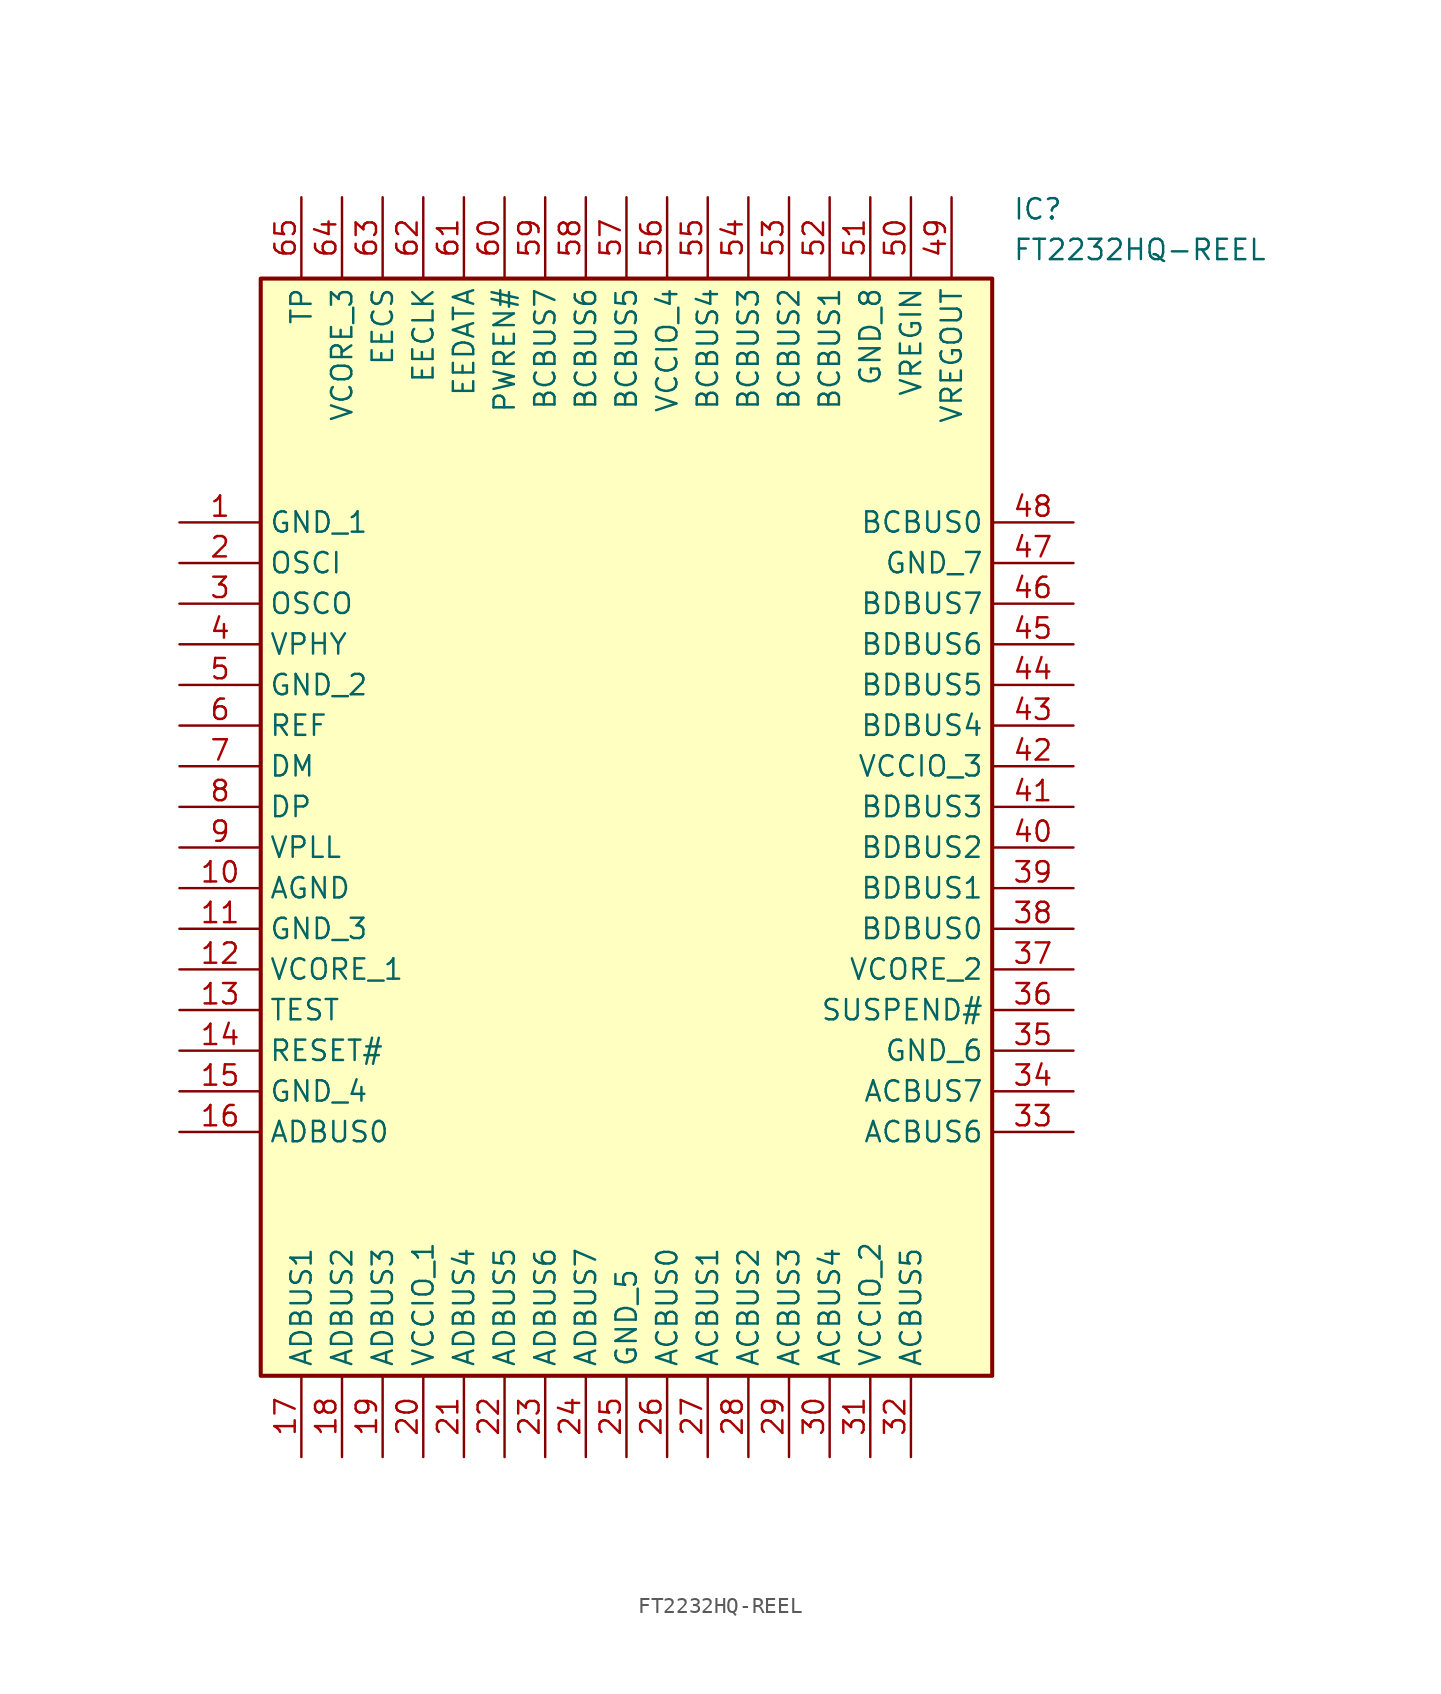
<source format=kicad_sym>
(kicad_symbol_lib
  (version 20211014)
  (generator SamacSys_ECAD_Model)
  (symbol "FT2232HQ-REEL"
    (property "Reference" "IC"
      (at 52.07 20.32 0)
      (effects (font (size 1.27 1.27)) (justify left top)))
    (property "Value" "FT2232HQ-REEL"
      (at 52.07 17.78 0)
      (effects (font (size 1.27 1.27)) (justify left top)))
    (rectangle
      (start 5.08 15.24)
      (end 50.8 -53.34)
      (stroke (width 0.254) (type default))
      (fill (type background)))
    (pin passive line
      (at 0 0 0)
      (length 5.08)
      (name "GND_1" (effects (font (size 1.27 1.27))))
      (number "1" (effects (font (size 1.27 1.27)))))
    (pin passive line
      (at 0 -2.54 0)
      (length 5.08)
      (name "OSCI" (effects (font (size 1.27 1.27))))
      (number "2" (effects (font (size 1.27 1.27)))))
    (pin passive line
      (at 0 -5.08 0)
      (length 5.08)
      (name "OSCO" (effects (font (size 1.27 1.27))))
      (number "3" (effects (font (size 1.27 1.27)))))
    (pin passive line
      (at 0 -7.62 0)
      (length 5.08)
      (name "VPHY" (effects (font (size 1.27 1.27))))
      (number "4" (effects (font (size 1.27 1.27)))))
    (pin passive line
      (at 0 -10.16 0)
      (length 5.08)
      (name "GND_2" (effects (font (size 1.27 1.27))))
      (number "5" (effects (font (size 1.27 1.27)))))
    (pin passive line
      (at 0 -12.7 0)
      (length 5.08)
      (name "REF" (effects (font (size 1.27 1.27))))
      (number "6" (effects (font (size 1.27 1.27)))))
    (pin passive line
      (at 0 -15.24 0)
      (length 5.08)
      (name "DM" (effects (font (size 1.27 1.27))))
      (number "7" (effects (font (size 1.27 1.27)))))
    (pin passive line
      (at 0 -17.78 0)
      (length 5.08)
      (name "DP" (effects (font (size 1.27 1.27))))
      (number "8" (effects (font (size 1.27 1.27)))))
    (pin passive line
      (at 0 -20.32 0)
      (length 5.08)
      (name "VPLL" (effects (font (size 1.27 1.27))))
      (number "9" (effects (font (size 1.27 1.27)))))
    (pin passive line
      (at 0 -22.86 0)
      (length 5.08)
      (name "AGND" (effects (font (size 1.27 1.27))))
      (number "10" (effects (font (size 1.27 1.27)))))
    (pin passive line
      (at 0 -25.4 0)
      (length 5.08)
      (name "GND_3" (effects (font (size 1.27 1.27))))
      (number "11" (effects (font (size 1.27 1.27)))))
    (pin passive line
      (at 0 -27.94 0)
      (length 5.08)
      (name "VCORE_1" (effects (font (size 1.27 1.27))))
      (number "12" (effects (font (size 1.27 1.27)))))
    (pin passive line
      (at 0 -30.48 0)
      (length 5.08)
      (name "TEST" (effects (font (size 1.27 1.27))))
      (number "13" (effects (font (size 1.27 1.27)))))
    (pin passive line
      (at 0 -33.02 0)
      (length 5.08)
      (name "RESET#" (effects (font (size 1.27 1.27))))
      (number "14" (effects (font (size 1.27 1.27)))))
    (pin passive line
      (at 0 -35.56 0)
      (length 5.08)
      (name "GND_4" (effects (font (size 1.27 1.27))))
      (number "15" (effects (font (size 1.27 1.27)))))
    (pin passive line
      (at 0 -38.1 0)
      (length 5.08)
      (name "ADBUS0" (effects (font (size 1.27 1.27))))
      (number "16" (effects (font (size 1.27 1.27)))))
    (pin passive line
      (at 7.62 -58.42 90)
      (length 5.08)
      (name "ADBUS1" (effects (font (size 1.27 1.27))))
      (number "17" (effects (font (size 1.27 1.27)))))
    (pin passive line
      (at 10.16 -58.42 90)
      (length 5.08)
      (name "ADBUS2" (effects (font (size 1.27 1.27))))
      (number "18" (effects (font (size 1.27 1.27)))))
    (pin passive line
      (at 12.7 -58.42 90)
      (length 5.08)
      (name "ADBUS3" (effects (font (size 1.27 1.27))))
      (number "19" (effects (font (size 1.27 1.27)))))
    (pin passive line
      (at 15.24 -58.42 90)
      (length 5.08)
      (name "VCCIO_1" (effects (font (size 1.27 1.27))))
      (number "20" (effects (font (size 1.27 1.27)))))
    (pin passive line
      (at 17.78 -58.42 90)
      (length 5.08)
      (name "ADBUS4" (effects (font (size 1.27 1.27))))
      (number "21" (effects (font (size 1.27 1.27)))))
    (pin passive line
      (at 20.32 -58.42 90)
      (length 5.08)
      (name "ADBUS5" (effects (font (size 1.27 1.27))))
      (number "22" (effects (font (size 1.27 1.27)))))
    (pin passive line
      (at 22.86 -58.42 90)
      (length 5.08)
      (name "ADBUS6" (effects (font (size 1.27 1.27))))
      (number "23" (effects (font (size 1.27 1.27)))))
    (pin passive line
      (at 25.4 -58.42 90)
      (length 5.08)
      (name "ADBUS7" (effects (font (size 1.27 1.27))))
      (number "24" (effects (font (size 1.27 1.27)))))
    (pin passive line
      (at 27.94 -58.42 90)
      (length 5.08)
      (name "GND_5" (effects (font (size 1.27 1.27))))
      (number "25" (effects (font (size 1.27 1.27)))))
    (pin passive line
      (at 30.48 -58.42 90)
      (length 5.08)
      (name "ACBUS0" (effects (font (size 1.27 1.27))))
      (number "26" (effects (font (size 1.27 1.27)))))
    (pin passive line
      (at 33.02 -58.42 90)
      (length 5.08)
      (name "ACBUS1" (effects (font (size 1.27 1.27))))
      (number "27" (effects (font (size 1.27 1.27)))))
    (pin passive line
      (at 35.56 -58.42 90)
      (length 5.08)
      (name "ACBUS2" (effects (font (size 1.27 1.27))))
      (number "28" (effects (font (size 1.27 1.27)))))
    (pin passive line
      (at 38.1 -58.42 90)
      (length 5.08)
      (name "ACBUS3" (effects (font (size 1.27 1.27))))
      (number "29" (effects (font (size 1.27 1.27)))))
    (pin passive line
      (at 40.64 -58.42 90)
      (length 5.08)
      (name "ACBUS4" (effects (font (size 1.27 1.27))))
      (number "30" (effects (font (size 1.27 1.27)))))
    (pin passive line
      (at 43.18 -58.42 90)
      (length 5.08)
      (name "VCCIO_2" (effects (font (size 1.27 1.27))))
      (number "31" (effects (font (size 1.27 1.27)))))
    (pin passive line
      (at 45.72 -58.42 90)
      (length 5.08)
      (name "ACBUS5" (effects (font (size 1.27 1.27))))
      (number "32" (effects (font (size 1.27 1.27)))))
    (pin passive line
      (at 55.88 0 180)
      (length 5.08)
      (name "BCBUS0" (effects (font (size 1.27 1.27))))
      (number "48" (effects (font (size 1.27 1.27)))))
    (pin passive line
      (at 55.88 -2.54 180)
      (length 5.08)
      (name "GND_7" (effects (font (size 1.27 1.27))))
      (number "47" (effects (font (size 1.27 1.27)))))
    (pin passive line
      (at 55.88 -5.08 180)
      (length 5.08)
      (name "BDBUS7" (effects (font (size 1.27 1.27))))
      (number "46" (effects (font (size 1.27 1.27)))))
    (pin passive line
      (at 55.88 -7.62 180)
      (length 5.08)
      (name "BDBUS6" (effects (font (size 1.27 1.27))))
      (number "45" (effects (font (size 1.27 1.27)))))
    (pin passive line
      (at 55.88 -10.16 180)
      (length 5.08)
      (name "BDBUS5" (effects (font (size 1.27 1.27))))
      (number "44" (effects (font (size 1.27 1.27)))))
    (pin passive line
      (at 55.88 -12.7 180)
      (length 5.08)
      (name "BDBUS4" (effects (font (size 1.27 1.27))))
      (number "43" (effects (font (size 1.27 1.27)))))
    (pin passive line
      (at 55.88 -15.24 180)
      (length 5.08)
      (name "VCCIO_3" (effects (font (size 1.27 1.27))))
      (number "42" (effects (font (size 1.27 1.27)))))
    (pin passive line
      (at 55.88 -17.78 180)
      (length 5.08)
      (name "BDBUS3" (effects (font (size 1.27 1.27))))
      (number "41" (effects (font (size 1.27 1.27)))))
    (pin passive line
      (at 55.88 -20.32 180)
      (length 5.08)
      (name "BDBUS2" (effects (font (size 1.27 1.27))))
      (number "40" (effects (font (size 1.27 1.27)))))
    (pin passive line
      (at 55.88 -22.86 180)
      (length 5.08)
      (name "BDBUS1" (effects (font (size 1.27 1.27))))
      (number "39" (effects (font (size 1.27 1.27)))))
    (pin passive line
      (at 55.88 -25.4 180)
      (length 5.08)
      (name "BDBUS0" (effects (font (size 1.27 1.27))))
      (number "38" (effects (font (size 1.27 1.27)))))
    (pin passive line
      (at 55.88 -27.94 180)
      (length 5.08)
      (name "VCORE_2" (effects (font (size 1.27 1.27))))
      (number "37" (effects (font (size 1.27 1.27)))))
    (pin passive line
      (at 55.88 -30.48 180)
      (length 5.08)
      (name "SUSPEND#" (effects (font (size 1.27 1.27))))
      (number "36" (effects (font (size 1.27 1.27)))))
    (pin passive line
      (at 55.88 -33.02 180)
      (length 5.08)
      (name "GND_6" (effects (font (size 1.27 1.27))))
      (number "35" (effects (font (size 1.27 1.27)))))
    (pin passive line
      (at 55.88 -35.56 180)
      (length 5.08)
      (name "ACBUS7" (effects (font (size 1.27 1.27))))
      (number "34" (effects (font (size 1.27 1.27)))))
    (pin passive line
      (at 55.88 -38.1 180)
      (length 5.08)
      (name "ACBUS6" (effects (font (size 1.27 1.27))))
      (number "33" (effects (font (size 1.27 1.27)))))
    (pin passive line
      (at 7.62 20.32 270)
      (length 5.08)
      (name "TP" (effects (font (size 1.27 1.27))))
      (number "65" (effects (font (size 1.27 1.27)))))
    (pin passive line
      (at 10.16 20.32 270)
      (length 5.08)
      (name "VCORE_3" (effects (font (size 1.27 1.27))))
      (number "64" (effects (font (size 1.27 1.27)))))
    (pin passive line
      (at 12.7 20.32 270)
      (length 5.08)
      (name "EECS" (effects (font (size 1.27 1.27))))
      (number "63" (effects (font (size 1.27 1.27)))))
    (pin passive line
      (at 15.24 20.32 270)
      (length 5.08)
      (name "EECLK" (effects (font (size 1.27 1.27))))
      (number "62" (effects (font (size 1.27 1.27)))))
    (pin passive line
      (at 17.78 20.32 270)
      (length 5.08)
      (name "EEDATA" (effects (font (size 1.27 1.27))))
      (number "61" (effects (font (size 1.27 1.27)))))
    (pin passive line
      (at 20.32 20.32 270)
      (length 5.08)
      (name "PWREN#" (effects (font (size 1.27 1.27))))
      (number "60" (effects (font (size 1.27 1.27)))))
    (pin passive line
      (at 22.86 20.32 270)
      (length 5.08)
      (name "BCBUS7" (effects (font (size 1.27 1.27))))
      (number "59" (effects (font (size 1.27 1.27)))))
    (pin passive line
      (at 25.4 20.32 270)
      (length 5.08)
      (name "BCBUS6" (effects (font (size 1.27 1.27))))
      (number "58" (effects (font (size 1.27 1.27)))))
    (pin passive line
      (at 27.94 20.32 270)
      (length 5.08)
      (name "BCBUS5" (effects (font (size 1.27 1.27))))
      (number "57" (effects (font (size 1.27 1.27)))))
    (pin passive line
      (at 30.48 20.32 270)
      (length 5.08)
      (name "VCCIO_4" (effects (font (size 1.27 1.27))))
      (number "56" (effects (font (size 1.27 1.27)))))
    (pin passive line
      (at 33.02 20.32 270)
      (length 5.08)
      (name "BCBUS4" (effects (font (size 1.27 1.27))))
      (number "55" (effects (font (size 1.27 1.27)))))
    (pin passive line
      (at 35.56 20.32 270)
      (length 5.08)
      (name "BCBUS3" (effects (font (size 1.27 1.27))))
      (number "54" (effects (font (size 1.27 1.27)))))
    (pin passive line
      (at 38.1 20.32 270)
      (length 5.08)
      (name "BCBUS2" (effects (font (size 1.27 1.27))))
      (number "53" (effects (font (size 1.27 1.27)))))
    (pin passive line
      (at 40.64 20.32 270)
      (length 5.08)
      (name "BCBUS1" (effects (font (size 1.27 1.27))))
      (number "52" (effects (font (size 1.27 1.27)))))
    (pin passive line
      (at 43.18 20.32 270)
      (length 5.08)
      (name "GND_8" (effects (font (size 1.27 1.27))))
      (number "51" (effects (font (size 1.27 1.27)))))
    (pin passive line
      (at 45.72 20.32 270)
      (length 5.08)
      (name "VREGIN" (effects (font (size 1.27 1.27))))
      (number "50" (effects (font (size 1.27 1.27)))))
    (pin passive line
      (at 48.26 20.32 270)
      (length 5.08)
      (name "VREGOUT" (effects (font (size 1.27 1.27))))
      (number "49" (effects (font (size 1.27 1.27)))))))
</source>
